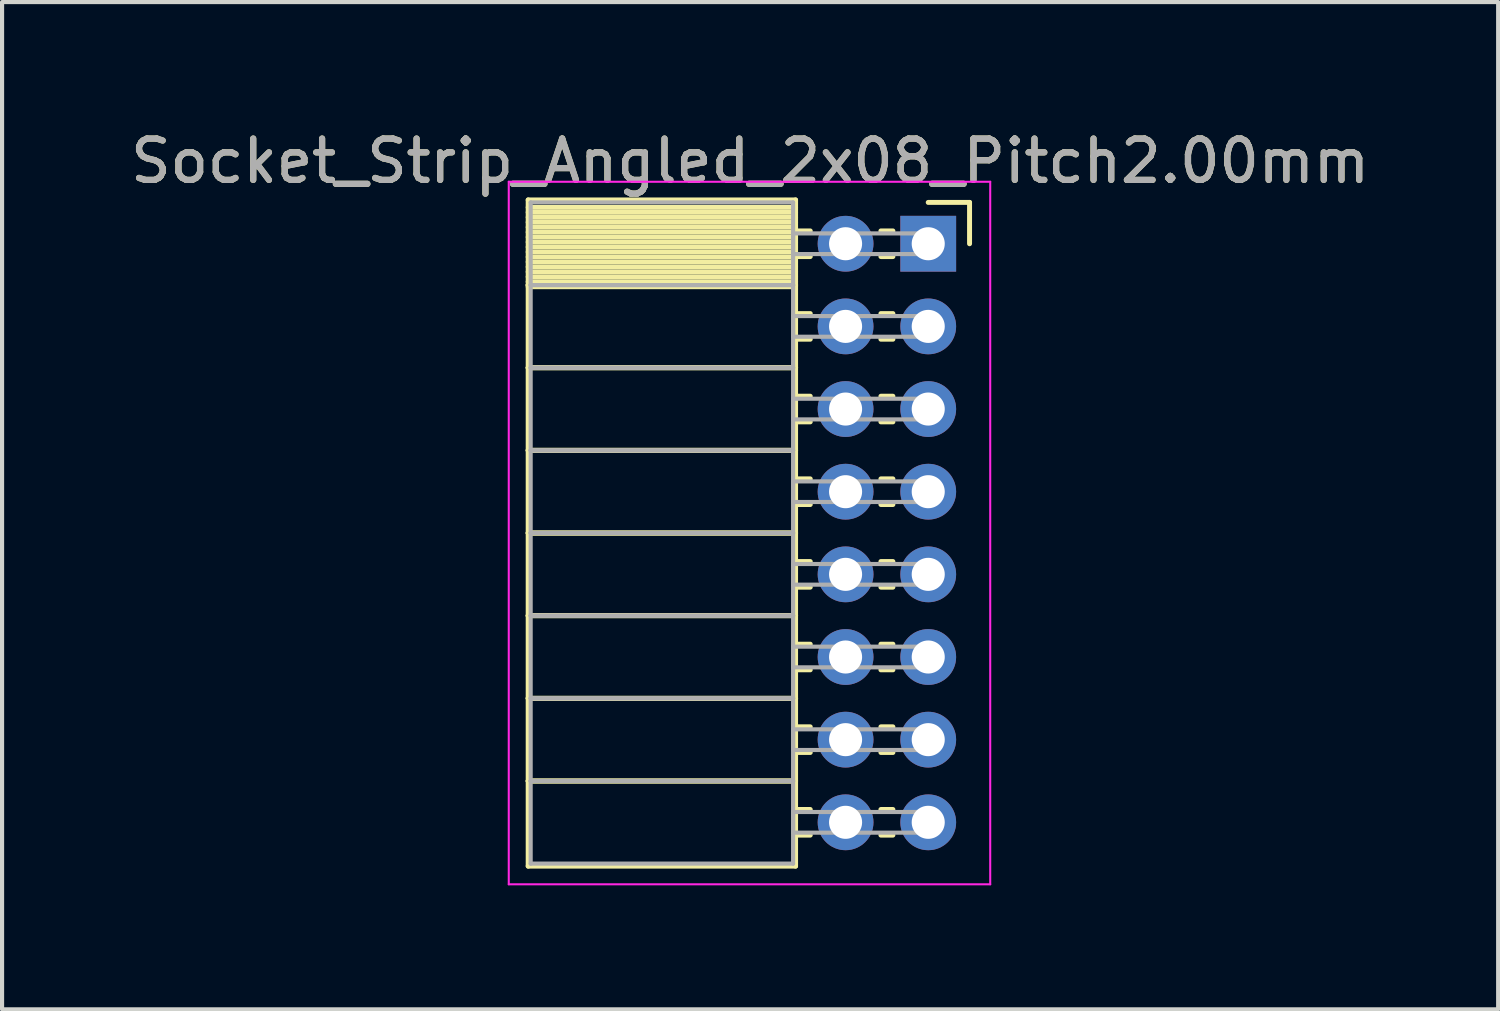
<source format=kicad_pcb>
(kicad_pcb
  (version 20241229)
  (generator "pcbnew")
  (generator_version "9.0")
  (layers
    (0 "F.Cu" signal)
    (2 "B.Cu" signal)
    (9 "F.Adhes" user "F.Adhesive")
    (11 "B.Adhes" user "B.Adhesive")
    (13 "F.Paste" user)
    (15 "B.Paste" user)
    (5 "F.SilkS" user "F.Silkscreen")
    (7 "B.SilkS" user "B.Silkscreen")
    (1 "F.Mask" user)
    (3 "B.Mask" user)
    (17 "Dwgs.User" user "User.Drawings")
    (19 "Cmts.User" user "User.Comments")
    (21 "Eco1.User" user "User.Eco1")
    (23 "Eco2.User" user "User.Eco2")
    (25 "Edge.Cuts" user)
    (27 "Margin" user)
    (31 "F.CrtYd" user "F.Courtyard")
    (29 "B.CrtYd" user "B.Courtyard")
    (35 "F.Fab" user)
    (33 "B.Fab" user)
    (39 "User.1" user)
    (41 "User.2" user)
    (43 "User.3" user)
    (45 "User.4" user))
  (footprint "Socket_Strip_Angled_2x08_Pitch2.00mm"
    (layer "F.Cu")
    (at 19.411 2.848)
    (property "Reference" "Socket_Strip_Angled_2x08_Pitch2.00mm" (at -4.31 -2 0) (layer "F.SilkS") (effects (font (size 1 1) (thickness 0.15))))
    (attr through_hole)
    (fp_line (start -9.68 -1.06) (end -3.21 -1.06) (stroke (width 0.12) (type solid)) (layer "F.SilkS"))
    (fp_line (start -9.68 1) (end -9.68 -1.06) (stroke (width 0.12) (type solid)) (layer "F.SilkS"))
    (fp_line (start -9.68 1) (end -3.21 1) (stroke (width 0.12) (type solid)) (layer "F.SilkS"))
    (fp_line (start -9.68 3) (end -9.68 1) (stroke (width 0.12) (type solid)) (layer "F.SilkS"))
    (fp_line (start -9.68 3) (end -3.21 3) (stroke (width 0.12) (type solid)) (layer "F.SilkS"))
    (fp_line (start -9.68 5) (end -9.68 3) (stroke (width 0.12) (type solid)) (layer "F.SilkS"))
    (fp_line (start -9.68 5) (end -3.21 5) (stroke (width 0.12) (type solid)) (layer "F.SilkS"))
    (fp_line (start -9.68 7) (end -9.68 5) (stroke (width 0.12) (type solid)) (layer "F.SilkS"))
    (fp_line (start -9.68 7) (end -3.21 7) (stroke (width 0.12) (type solid)) (layer "F.SilkS"))
    (fp_line (start -9.68 9) (end -9.68 7) (stroke (width 0.12) (type solid)) (layer "F.SilkS"))
    (fp_line (start -9.68 9) (end -3.21 9) (stroke (width 0.12) (type solid)) (layer "F.SilkS"))
    (fp_line (start -9.68 11) (end -9.68 9) (stroke (width 0.12) (type solid)) (layer "F.SilkS"))
    (fp_line (start -9.68 11) (end -3.21 11) (stroke (width 0.12) (type solid)) (layer "F.SilkS"))
    (fp_line (start -9.68 13) (end -9.68 11) (stroke (width 0.12) (type solid)) (layer "F.SilkS"))
    (fp_line (start -9.68 13) (end -3.21 13) (stroke (width 0.12) (type solid)) (layer "F.SilkS"))
    (fp_line (start -9.68 15.06) (end -9.68 13) (stroke (width 0.12) (type solid)) (layer "F.SilkS"))
    (fp_line (start -3.21 -1.06) (end -3.21 1) (stroke (width 0.12) (type solid)) (layer "F.SilkS"))
    (fp_line (start -3.21 -0.88) (end -9.68 -0.88) (stroke (width 0.12) (type solid)) (layer "F.SilkS"))
    (fp_line (start -3.21 -0.76) (end -9.68 -0.76) (stroke (width 0.12) (type solid)) (layer "F.SilkS"))
    (fp_line (start -3.21 -0.64) (end -9.68 -0.64) (stroke (width 0.12) (type solid)) (layer "F.SilkS"))
    (fp_line (start -3.21 -0.52) (end -9.68 -0.52) (stroke (width 0.12) (type solid)) (layer "F.SilkS"))
    (fp_line (start -3.21 -0.4) (end -9.68 -0.4) (stroke (width 0.12) (type solid)) (layer "F.SilkS"))
    (fp_line (start -3.21 -0.28) (end -9.68 -0.28) (stroke (width 0.12) (type solid)) (layer "F.SilkS"))
    (fp_line (start -3.21 -0.16) (end -9.68 -0.16) (stroke (width 0.12) (type solid)) (layer "F.SilkS"))
    (fp_line (start -3.21 -0.04) (end -9.68 -0.04) (stroke (width 0.12) (type solid)) (layer "F.SilkS"))
    (fp_line (start -3.21 0.08) (end -9.68 0.08) (stroke (width 0.12) (type solid)) (layer "F.SilkS"))
    (fp_line (start -3.21 0.2) (end -9.68 0.2) (stroke (width 0.12) (type solid)) (layer "F.SilkS"))
    (fp_line (start -3.21 0.32) (end -9.68 0.32) (stroke (width 0.12) (type solid)) (layer "F.SilkS"))
    (fp_line (start -3.21 0.44) (end -9.68 0.44) (stroke (width 0.12) (type solid)) (layer "F.SilkS"))
    (fp_line (start -3.21 0.56) (end -9.68 0.56) (stroke (width 0.12) (type solid)) (layer "F.SilkS"))
    (fp_line (start -3.21 0.68) (end -9.68 0.68) (stroke (width 0.12) (type solid)) (layer "F.SilkS"))
    (fp_line (start -3.21 0.8) (end -9.68 0.8) (stroke (width 0.12) (type solid)) (layer "F.SilkS"))
    (fp_line (start -3.21 0.92) (end -9.68 0.92) (stroke (width 0.12) (type solid)) (layer "F.SilkS"))
    (fp_line (start -3.21 1) (end -9.68 1) (stroke (width 0.12) (type solid)) (layer "F.SilkS"))
    (fp_line (start -3.21 1) (end -3.21 3) (stroke (width 0.12) (type solid)) (layer "F.SilkS"))
    (fp_line (start -3.21 1.04) (end -9.68 1.04) (stroke (width 0.12) (type solid)) (layer "F.SilkS"))
    (fp_line (start -3.21 3) (end -9.68 3) (stroke (width 0.12) (type solid)) (layer "F.SilkS"))
    (fp_line (start -3.21 3) (end -3.21 5) (stroke (width 0.12) (type solid)) (layer "F.SilkS"))
    (fp_line (start -3.21 5) (end -9.68 5) (stroke (width 0.12) (type solid)) (layer "F.SilkS"))
    (fp_line (start -3.21 5) (end -3.21 7) (stroke (width 0.12) (type solid)) (layer "F.SilkS"))
    (fp_line (start -3.21 7) (end -9.68 7) (stroke (width 0.12) (type solid)) (layer "F.SilkS"))
    (fp_line (start -3.21 7) (end -3.21 9) (stroke (width 0.12) (type solid)) (layer "F.SilkS"))
    (fp_line (start -3.21 9) (end -9.68 9) (stroke (width 0.12) (type solid)) (layer "F.SilkS"))
    (fp_line (start -3.21 9) (end -3.21 11) (stroke (width 0.12) (type solid)) (layer "F.SilkS"))
    (fp_line (start -3.21 11) (end -9.68 11) (stroke (width 0.12) (type solid)) (layer "F.SilkS"))
    (fp_line (start -3.21 11) (end -3.21 13) (stroke (width 0.12) (type solid)) (layer "F.SilkS"))
    (fp_line (start -3.21 13) (end -9.68 13) (stroke (width 0.12) (type solid)) (layer "F.SilkS"))
    (fp_line (start -3.21 13) (end -3.21 15.06) (stroke (width 0.12) (type solid)) (layer "F.SilkS"))
    (fp_line (start -3.21 15.06) (end -9.68 15.06) (stroke (width 0.12) (type solid)) (layer "F.SilkS"))
    (fp_line (start -2.855 -0.31) (end -3.21 -0.31) (stroke (width 0.12) (type solid)) (layer "F.SilkS"))
    (fp_line (start -2.855 0.31) (end -3.21 0.31) (stroke (width 0.12) (type solid)) (layer "F.SilkS"))
    (fp_line (start -2.855 1.69) (end -3.21 1.69) (stroke (width 0.12) (type solid)) (layer "F.SilkS"))
    (fp_line (start -2.855 2.31) (end -3.21 2.31) (stroke (width 0.12) (type solid)) (layer "F.SilkS"))
    (fp_line (start -2.855 3.69) (end -3.21 3.69) (stroke (width 0.12) (type solid)) (layer "F.SilkS"))
    (fp_line (start -2.855 4.31) (end -3.21 4.31) (stroke (width 0.12) (type solid)) (layer "F.SilkS"))
    (fp_line (start -2.855 5.69) (end -3.21 5.69) (stroke (width 0.12) (type solid)) (layer "F.SilkS"))
    (fp_line (start -2.855 6.31) (end -3.21 6.31) (stroke (width 0.12) (type solid)) (layer "F.SilkS"))
    (fp_line (start -2.855 7.69) (end -3.21 7.69) (stroke (width 0.12) (type solid)) (layer "F.SilkS"))
    (fp_line (start -2.855 8.31) (end -3.21 8.31) (stroke (width 0.12) (type solid)) (layer "F.SilkS"))
    (fp_line (start -2.855 9.69) (end -3.21 9.69) (stroke (width 0.12) (type solid)) (layer "F.SilkS"))
    (fp_line (start -2.855 10.31) (end -3.21 10.31) (stroke (width 0.12) (type solid)) (layer "F.SilkS"))
    (fp_line (start -2.855 11.69) (end -3.21 11.69) (stroke (width 0.12) (type solid)) (layer "F.SilkS"))
    (fp_line (start -2.855 12.31) (end -3.21 12.31) (stroke (width 0.12) (type solid)) (layer "F.SilkS"))
    (fp_line (start -2.855 13.69) (end -3.21 13.69) (stroke (width 0.12) (type solid)) (layer "F.SilkS"))
    (fp_line (start -2.855 14.31) (end -3.21 14.31) (stroke (width 0.12) (type solid)) (layer "F.SilkS"))
    (fp_line (start -0.855 -0.31) (end -1.145 -0.31) (stroke (width 0.12) (type solid)) (layer "F.SilkS"))
    (fp_line (start -0.855 0.31) (end -1.145 0.31) (stroke (width 0.12) (type solid)) (layer "F.SilkS"))
    (fp_line (start -0.855 1.69) (end -1.145 1.69) (stroke (width 0.12) (type solid)) (layer "F.SilkS"))
    (fp_line (start -0.855 2.31) (end -1.145 2.31) (stroke (width 0.12) (type solid)) (layer "F.SilkS"))
    (fp_line (start -0.855 3.69) (end -1.145 3.69) (stroke (width 0.12) (type solid)) (layer "F.SilkS"))
    (fp_line (start -0.855 4.31) (end -1.145 4.31) (stroke (width 0.12) (type solid)) (layer "F.SilkS"))
    (fp_line (start -0.855 5.69) (end -1.145 5.69) (stroke (width 0.12) (type solid)) (layer "F.SilkS"))
    (fp_line (start -0.855 6.31) (end -1.145 6.31) (stroke (width 0.12) (type solid)) (layer "F.SilkS"))
    (fp_line (start -0.855 7.69) (end -1.145 7.69) (stroke (width 0.12) (type solid)) (layer "F.SilkS"))
    (fp_line (start -0.855 8.31) (end -1.145 8.31) (stroke (width 0.12) (type solid)) (layer "F.SilkS"))
    (fp_line (start -0.855 9.69) (end -1.145 9.69) (stroke (width 0.12) (type solid)) (layer "F.SilkS"))
    (fp_line (start -0.855 10.31) (end -1.145 10.31) (stroke (width 0.12) (type solid)) (layer "F.SilkS"))
    (fp_line (start -0.855 11.69) (end -1.145 11.69) (stroke (width 0.12) (type solid)) (layer "F.SilkS"))
    (fp_line (start -0.855 12.31) (end -1.145 12.31) (stroke (width 0.12) (type solid)) (layer "F.SilkS"))
    (fp_line (start -0.855 13.69) (end -1.145 13.69) (stroke (width 0.12) (type solid)) (layer "F.SilkS"))
    (fp_line (start -0.855 14.31) (end -1.145 14.31) (stroke (width 0.12) (type solid)) (layer "F.SilkS"))
    (fp_line (start 0 -1) (end 1 -1) (stroke (width 0.12) (type solid)) (layer "F.SilkS"))
    (fp_line (start 1 -1) (end 1 0) (stroke (width 0.12) (type solid)) (layer "F.SilkS"))
    (fp_line (start -10.15 -1.5) (end 1.5 -1.5) (stroke (width 0.05) (type solid)) (layer "F.CrtYd"))
    (fp_line (start -10.15 15.5) (end -10.15 -1.5) (stroke (width 0.05) (type solid)) (layer "F.CrtYd"))
    (fp_line (start 1.5 -1.5) (end 1.5 15.5) (stroke (width 0.05) (type solid)) (layer "F.CrtYd"))
    (fp_line (start 1.5 15.5) (end -10.15 15.5) (stroke (width 0.05) (type solid)) (layer "F.CrtYd"))
    (fp_line (start -9.62 -1) (end -3.27 -1) (stroke (width 0.1) (type solid)) (layer "F.Fab"))
    (fp_line (start -9.62 1) (end -9.62 -1) (stroke (width 0.1) (type solid)) (layer "F.Fab"))
    (fp_line (start -9.62 1) (end -3.27 1) (stroke (width 0.1) (type solid)) (layer "F.Fab"))
    (fp_line (start -9.62 3) (end -9.62 1) (stroke (width 0.1) (type solid)) (layer "F.Fab"))
    (fp_line (start -9.62 3) (end -3.27 3) (stroke (width 0.1) (type solid)) (layer "F.Fab"))
    (fp_line (start -9.62 5) (end -9.62 3) (stroke (width 0.1) (type solid)) (layer "F.Fab"))
    (fp_line (start -9.62 5) (end -3.27 5) (stroke (width 0.1) (type solid)) (layer "F.Fab"))
    (fp_line (start -9.62 7) (end -9.62 5) (stroke (width 0.1) (type solid)) (layer "F.Fab"))
    (fp_line (start -9.62 7) (end -3.27 7) (stroke (width 0.1) (type solid)) (layer "F.Fab"))
    (fp_line (start -9.62 9) (end -9.62 7) (stroke (width 0.1) (type solid)) (layer "F.Fab"))
    (fp_line (start -9.62 9) (end -3.27 9) (stroke (width 0.1) (type solid)) (layer "F.Fab"))
    (fp_line (start -9.62 11) (end -9.62 9) (stroke (width 0.1) (type solid)) (layer "F.Fab"))
    (fp_line (start -9.62 11) (end -3.27 11) (stroke (width 0.1) (type solid)) (layer "F.Fab"))
    (fp_line (start -9.62 13) (end -9.62 11) (stroke (width 0.1) (type solid)) (layer "F.Fab"))
    (fp_line (start -9.62 13) (end -3.27 13) (stroke (width 0.1) (type solid)) (layer "F.Fab"))
    (fp_line (start -9.62 15) (end -9.62 13) (stroke (width 0.1) (type solid)) (layer "F.Fab"))
    (fp_line (start -3.27 -1) (end -3.27 1) (stroke (width 0.1) (type solid)) (layer "F.Fab"))
    (fp_line (start -3.27 -0.25) (end 0 -0.25) (stroke (width 0.1) (type solid)) (layer "F.Fab"))
    (fp_line (start -3.27 0.25) (end -3.27 -0.25) (stroke (width 0.1) (type solid)) (layer "F.Fab"))
    (fp_line (start -3.27 1) (end -9.62 1) (stroke (width 0.1) (type solid)) (layer "F.Fab"))
    (fp_line (start -3.27 1) (end -3.27 3) (stroke (width 0.1) (type solid)) (layer "F.Fab"))
    (fp_line (start -3.27 1.75) (end 0 1.75) (stroke (width 0.1) (type solid)) (layer "F.Fab"))
    (fp_line (start -3.27 2.25) (end -3.27 1.75) (stroke (width 0.1) (type solid)) (layer "F.Fab"))
    (fp_line (start -3.27 3) (end -9.62 3) (stroke (width 0.1) (type solid)) (layer "F.Fab"))
    (fp_line (start -3.27 3) (end -3.27 5) (stroke (width 0.1) (type solid)) (layer "F.Fab"))
    (fp_line (start -3.27 3.75) (end 0 3.75) (stroke (width 0.1) (type solid)) (layer "F.Fab"))
    (fp_line (start -3.27 4.25) (end -3.27 3.75) (stroke (width 0.1) (type solid)) (layer "F.Fab"))
    (fp_line (start -3.27 5) (end -9.62 5) (stroke (width 0.1) (type solid)) (layer "F.Fab"))
    (fp_line (start -3.27 5) (end -3.27 7) (stroke (width 0.1) (type solid)) (layer "F.Fab"))
    (fp_line (start -3.27 5.75) (end 0 5.75) (stroke (width 0.1) (type solid)) (layer "F.Fab"))
    (fp_line (start -3.27 6.25) (end -3.27 5.75) (stroke (width 0.1) (type solid)) (layer "F.Fab"))
    (fp_line (start -3.27 7) (end -9.62 7) (stroke (width 0.1) (type solid)) (layer "F.Fab"))
    (fp_line (start -3.27 7) (end -3.27 9) (stroke (width 0.1) (type solid)) (layer "F.Fab"))
    (fp_line (start -3.27 7.75) (end 0 7.75) (stroke (width 0.1) (type solid)) (layer "F.Fab"))
    (fp_line (start -3.27 8.25) (end -3.27 7.75) (stroke (width 0.1) (type solid)) (layer "F.Fab"))
    (fp_line (start -3.27 9) (end -9.62 9) (stroke (width 0.1) (type solid)) (layer "F.Fab"))
    (fp_line (start -3.27 9) (end -3.27 11) (stroke (width 0.1) (type solid)) (layer "F.Fab"))
    (fp_line (start -3.27 9.75) (end 0 9.75) (stroke (width 0.1) (type solid)) (layer "F.Fab"))
    (fp_line (start -3.27 10.25) (end -3.27 9.75) (stroke (width 0.1) (type solid)) (layer "F.Fab"))
    (fp_line (start -3.27 11) (end -9.62 11) (stroke (width 0.1) (type solid)) (layer "F.Fab"))
    (fp_line (start -3.27 11) (end -3.27 13) (stroke (width 0.1) (type solid)) (layer "F.Fab"))
    (fp_line (start -3.27 11.75) (end 0 11.75) (stroke (width 0.1) (type solid)) (layer "F.Fab"))
    (fp_line (start -3.27 12.25) (end -3.27 11.75) (stroke (width 0.1) (type solid)) (layer "F.Fab"))
    (fp_line (start -3.27 13) (end -9.62 13) (stroke (width 0.1) (type solid)) (layer "F.Fab"))
    (fp_line (start -3.27 13) (end -3.27 15) (stroke (width 0.1) (type solid)) (layer "F.Fab"))
    (fp_line (start -3.27 13.75) (end 0 13.75) (stroke (width 0.1) (type solid)) (layer "F.Fab"))
    (fp_line (start -3.27 14.25) (end -3.27 13.75) (stroke (width 0.1) (type solid)) (layer "F.Fab"))
    (fp_line (start -3.27 15) (end -9.62 15) (stroke (width 0.1) (type solid)) (layer "F.Fab"))
    (fp_line (start 0 -0.25) (end 0 0.25) (stroke (width 0.1) (type solid)) (layer "F.Fab"))
    (fp_line (start 0 0.25) (end -3.27 0.25) (stroke (width 0.1) (type solid)) (layer "F.Fab"))
    (fp_line (start 0 1.75) (end 0 2.25) (stroke (width 0.1) (type solid)) (layer "F.Fab"))
    (fp_line (start 0 2.25) (end -3.27 2.25) (stroke (width 0.1) (type solid)) (layer "F.Fab"))
    (fp_line (start 0 3.75) (end 0 4.25) (stroke (width 0.1) (type solid)) (layer "F.Fab"))
    (fp_line (start 0 4.25) (end -3.27 4.25) (stroke (width 0.1) (type solid)) (layer "F.Fab"))
    (fp_line (start 0 5.75) (end 0 6.25) (stroke (width 0.1) (type solid)) (layer "F.Fab"))
    (fp_line (start 0 6.25) (end -3.27 6.25) (stroke (width 0.1) (type solid)) (layer "F.Fab"))
    (fp_line (start 0 7.75) (end 0 8.25) (stroke (width 0.1) (type solid)) (layer "F.Fab"))
    (fp_line (start 0 8.25) (end -3.27 8.25) (stroke (width 0.1) (type solid)) (layer "F.Fab"))
    (fp_line (start 0 9.75) (end 0 10.25) (stroke (width 0.1) (type solid)) (layer "F.Fab"))
    (fp_line (start 0 10.25) (end -3.27 10.25) (stroke (width 0.1) (type solid)) (layer "F.Fab"))
    (fp_line (start 0 11.75) (end 0 12.25) (stroke (width 0.1) (type solid)) (layer "F.Fab"))
    (fp_line (start 0 12.25) (end -3.27 12.25) (stroke (width 0.1) (type solid)) (layer "F.Fab"))
    (fp_line (start 0 13.75) (end 0 14.25) (stroke (width 0.1) (type solid)) (layer "F.Fab"))
    (fp_line (start 0 14.25) (end -3.27 14.25) (stroke (width 0.1) (type solid)) (layer "F.Fab"))
    (fp_text user "${REFERENCE}" (at -4.31 -2 0) (layer "F.Fab") (effects (font (size 1 1) (thickness 0.15))))
    (pad "1" thru_hole rect (at 0 0) (size 1.35 1.35) (drill 0.8) (layers "*.Cu" "*.Mask"))
    (pad "2" thru_hole oval (at -2 0) (size 1.35 1.35) (drill 0.8) (layers "*.Cu" "*.Mask"))
    (pad "3" thru_hole oval (at 0 2) (size 1.35 1.35) (drill 0.8) (layers "*.Cu" "*.Mask"))
    (pad "4" thru_hole oval (at -2 2) (size 1.35 1.35) (drill 0.8) (layers "*.Cu" "*.Mask"))
    (pad "5" thru_hole oval (at 0 4) (size 1.35 1.35) (drill 0.8) (layers "*.Cu" "*.Mask"))
    (pad "6" thru_hole oval (at -2 4) (size 1.35 1.35) (drill 0.8) (layers "*.Cu" "*.Mask"))
    (pad "7" thru_hole oval (at 0 6) (size 1.35 1.35) (drill 0.8) (layers "*.Cu" "*.Mask"))
    (pad "8" thru_hole oval (at -2 6) (size 1.35 1.35) (drill 0.8) (layers "*.Cu" "*.Mask"))
    (pad "9" thru_hole oval (at 0 8) (size 1.35 1.35) (drill 0.8) (layers "*.Cu" "*.Mask"))
    (pad "10" thru_hole oval (at -2 8) (size 1.35 1.35) (drill 0.8) (layers "*.Cu" "*.Mask"))
    (pad "11" thru_hole oval (at 0 10) (size 1.35 1.35) (drill 0.8) (layers "*.Cu" "*.Mask"))
    (pad "12" thru_hole oval (at -2 10) (size 1.35 1.35) (drill 0.8) (layers "*.Cu" "*.Mask"))
    (pad "13" thru_hole oval (at 0 12) (size 1.35 1.35) (drill 0.8) (layers "*.Cu" "*.Mask"))
    (pad "14" thru_hole oval (at -2 12) (size 1.35 1.35) (drill 0.8) (layers "*.Cu" "*.Mask"))
    (pad "15" thru_hole oval (at 0 14) (size 1.35 1.35) (drill 0.8) (layers "*.Cu" "*.Mask"))
    (pad "16" thru_hole oval (at -2 14) (size 1.35 1.35) (drill 0.8) (layers "*.Cu" "*.Mask")))
  (gr_rect
    (start -3 -3)
    (end 33.202 21.373)
    (stroke (width 0.1) (type default))
    (fill no)
    (layer "Edge.Cuts")))
</source>
